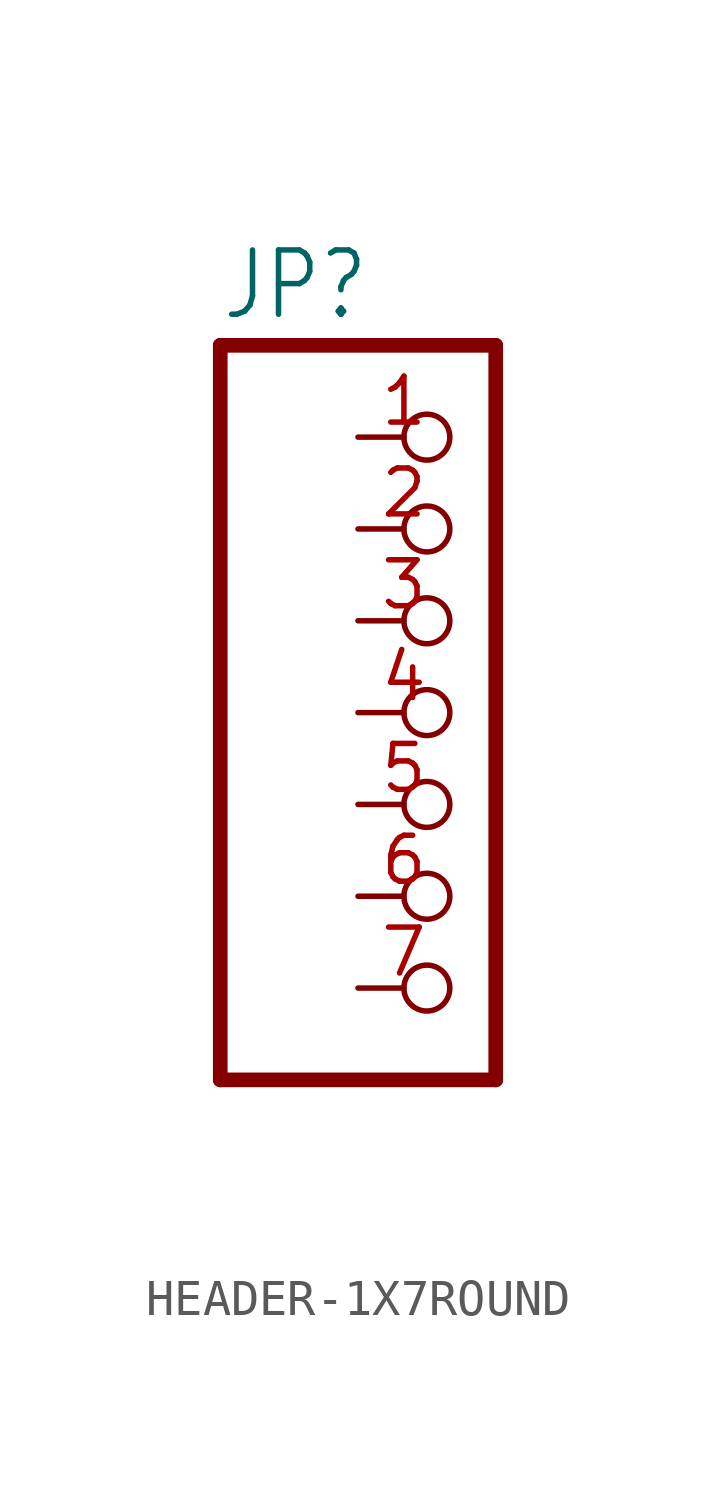
<source format=kicad_sym>
(kicad_symbol_lib
  (version 20220914)
  (generator kicad_symbol_editor)
  (symbol "HEADER-1X7ROUND"
    (property "Reference" "JP"
      (at -6.35 10.795 0)
      (effects (font (size 1.778 1.511)) (justify left bottom)))
    (property "Value" ""
      (at -6.35 -12.7 0)
      (effects (font (size 1.778 1.511)) (justify left bottom)))
    (property "ki_locked" ""
      (at 0 0 0)
      (effects (font (size 1.27 1.27))))
    (symbol "HEADER-1X7ROUND_1_0"
      (polyline (pts (xy -6.35 -10.16) (xy 1.27 -10.16)) (stroke (width 0.406) (type solid)) (fill (type none)))
      (polyline (pts (xy -6.35 10.16) (xy -6.35 -10.16)) (stroke (width 0.406) (type solid)) (fill (type none)))
      (polyline (pts (xy 1.27 -10.16) (xy 1.27 10.16)) (stroke (width 0.406) (type solid)) (fill (type none)))
      (polyline (pts (xy 1.27 10.16) (xy -6.35 10.16)) (stroke (width 0.406) (type solid)) (fill (type none)))
      (pin passive inverted (at -2.54 7.62 0) (length 2.54) (name "1" (effects (font (size 0 0)))) (number "1" (effects (font (size 1.27 1.27)))))
      (pin passive inverted (at -2.54 5.08 0) (length 2.54) (name "2" (effects (font (size 0 0)))) (number "2" (effects (font (size 1.27 1.27)))))
      (pin passive inverted (at -2.54 2.54 0) (length 2.54) (name "3" (effects (font (size 0 0)))) (number "3" (effects (font (size 1.27 1.27)))))
      (pin passive inverted (at -2.54 0 0) (length 2.54) (name "4" (effects (font (size 0 0)))) (number "4" (effects (font (size 1.27 1.27)))))
      (pin passive inverted (at -2.54 -2.54 0) (length 2.54) (name "5" (effects (font (size 0 0)))) (number "5" (effects (font (size 1.27 1.27)))))
      (pin passive inverted (at -2.54 -5.08 0) (length 2.54) (name "6" (effects (font (size 0 0)))) (number "6" (effects (font (size 1.27 1.27)))))
      (pin passive inverted (at -2.54 -7.62 0) (length 2.54) (name "7" (effects (font (size 0 0)))) (number "7" (effects (font (size 1.27 1.27))))))))
</source>
